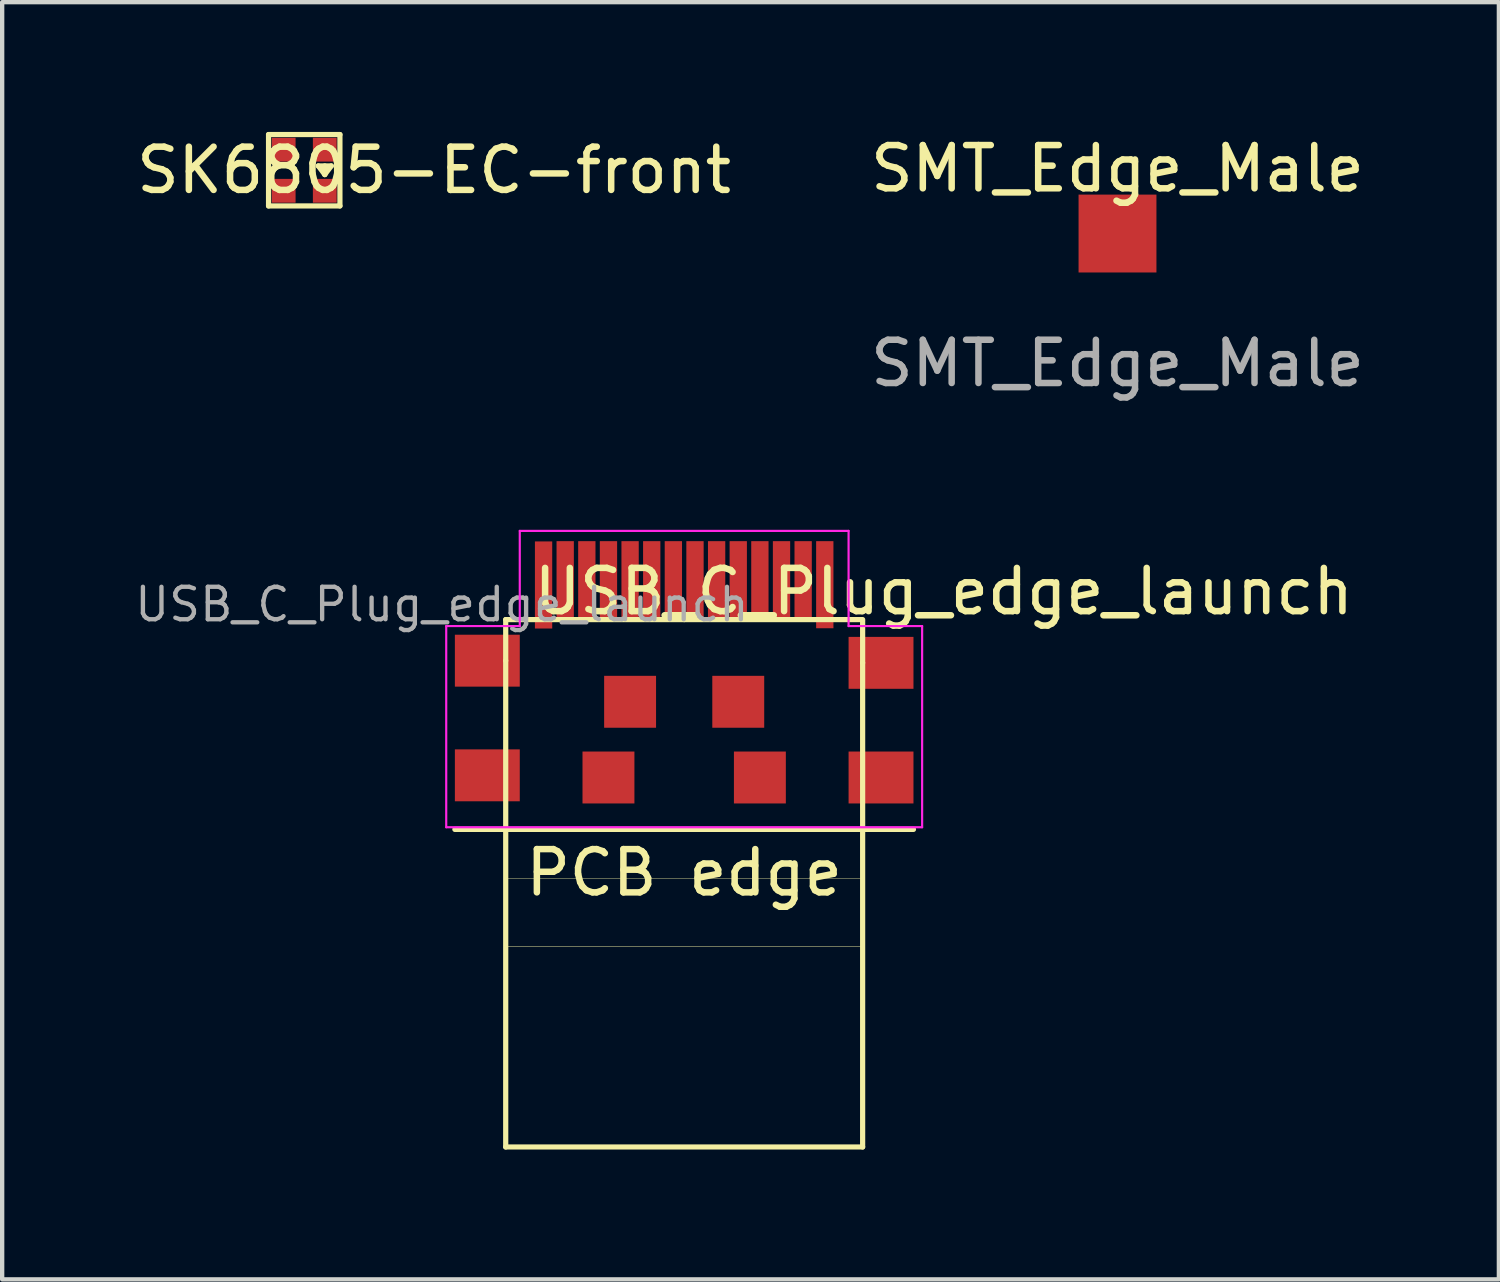
<source format=kicad_pcb>
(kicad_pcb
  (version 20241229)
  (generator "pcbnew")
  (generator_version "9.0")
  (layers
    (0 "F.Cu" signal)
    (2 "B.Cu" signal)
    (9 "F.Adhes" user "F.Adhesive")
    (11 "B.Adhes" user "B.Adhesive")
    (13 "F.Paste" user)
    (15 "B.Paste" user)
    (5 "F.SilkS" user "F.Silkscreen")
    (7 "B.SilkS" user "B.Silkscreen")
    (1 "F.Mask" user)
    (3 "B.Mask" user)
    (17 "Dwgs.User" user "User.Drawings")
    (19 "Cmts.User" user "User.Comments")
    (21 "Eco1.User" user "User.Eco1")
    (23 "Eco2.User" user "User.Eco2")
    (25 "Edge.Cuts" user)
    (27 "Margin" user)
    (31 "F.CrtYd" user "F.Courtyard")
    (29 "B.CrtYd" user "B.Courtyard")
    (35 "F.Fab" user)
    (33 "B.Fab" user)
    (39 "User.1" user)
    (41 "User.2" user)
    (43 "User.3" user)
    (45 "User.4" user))
  (footprint "SMT_Edge_Male"
    (layer "F.Cu")
    (at 22.78 2.348)
    (property "Reference" "SMT_Edge_Male" (at 0 -1.5 0) (unlocked yes) (layer "F.SilkS") (effects (font (size 1 1) (thickness 0.15))))
    (attr smd)
    (fp_text user "${REFERENCE}" (at 0 3 0) (unlocked yes) (layer "F.Fab") (effects (font (size 1 1) (thickness 0.15))))
    (pad "1" smd rect (at 0 0) (size 1.8 1.8) (layers "F.Cu" "F.Mask" "F.Paste")))
  (footprint "SK6805-EC-front"
    (layer "F.Cu")
    (at 3.982 0.885)
    (property "Reference" "SK6805-EC-front" (at 3 0 0) (unlocked yes) (layer "F.SilkS") (effects (font (size 1 1) (thickness 0.15))))
    (attr smd)
    (fp_line (start -0.825 -0.825) (end 0.825 -0.825) (stroke (width 0.12) (type solid)) (layer "F.SilkS"))
    (fp_line (start -0.825 0.825) (end -0.825 -0.825) (stroke (width 0.12) (type solid)) (layer "F.SilkS"))
    (fp_line (start 0.475 -0.1) (end 0.475 0.1) (stroke (width 0.12) (type solid)) (layer "F.SilkS"))
    (fp_line (start 0.475 0.1) (end 0.325 -0.1) (stroke (width 0.12) (type solid)) (layer "F.SilkS"))
    (fp_line (start 0.475 0.1) (end 0.625 -0.1) (stroke (width 0.12) (type solid)) (layer "F.SilkS"))
    (fp_line (start 0.625 -0.1) (end 0.325 -0.1) (stroke (width 0.12) (type solid)) (layer "F.SilkS"))
    (fp_line (start 0.825 -0.825) (end 0.825 0.825) (stroke (width 0.12) (type solid)) (layer "F.SilkS"))
    (fp_line (start 0.825 0.825) (end -0.825 0.825) (stroke (width 0.12) (type solid)) (layer "F.SilkS"))
    (pad "1" smd rect (at -0.475 0.475) (size 0.55 0.55) (layers "F.Cu" "F.Mask" "F.Paste"))
    (pad "2" smd rect (at 0.475 0.475) (size 0.55 0.55) (layers "F.Cu" "F.Mask" "F.Paste"))
    (pad "3" smd rect (at 0.475 -0.475) (size 0.55 0.55) (layers "F.Cu" "F.Mask" "F.Paste"))
    (pad "4" smd rect (at -0.475 -0.475) (size 0.55 0.55) (layers "F.Cu" "F.Mask" "F.Paste")))
  (footprint "USB_C_Plug_edge_launch"
    (layer "F.Cu")
    (at 12.764 12.621)
    (property "Reference" "USB_C_Plug_edge_launch" (at 6 -2 180) (layer "F.SilkS") (effects (font (size 1 1) (thickness 0.15))))
    (attr smd)
    (fp_line (start -4.125 -1.35) (end -4.125 -0.4) (stroke (width 0.12) (type solid)) (layer "F.SilkS"))
    (fp_line (start -4.125 -0.4) (end -4.125 10.84) (stroke (width 0.12) (type solid)) (layer "F.SilkS"))
    (fp_line (start -4.12 4.64) (end 4.12 4.64) (stroke (width 0.01) (type solid)) (layer "F.SilkS"))
    (fp_line (start -4.12 6.2) (end 4.12 6.2) (stroke (width 0.01) (type solid)) (layer "F.SilkS"))
    (fp_line (start -4.1 -1.35) (end -4.125 -1.35) (stroke (width 0.12) (type solid)) (layer "F.SilkS"))
    (fp_line (start 0 -1.35) (end -4.1 -1.35) (stroke (width 0.12) (type solid)) (layer "F.SilkS"))
    (fp_line (start 0 -1.35) (end 4.125 -1.35) (stroke (width 0.12) (type solid)) (layer "F.SilkS"))
    (fp_line (start 4.125 -1.325) (end 4.125 -0.35) (stroke (width 0.12) (type solid)) (layer "F.SilkS"))
    (fp_line (start 4.125 -0.35) (end 4.125 10.84) (stroke (width 0.12) (type solid)) (layer "F.SilkS"))
    (fp_line (start 4.125 10.84) (end -4.125 10.84) (stroke (width 0.12) (type solid)) (layer "F.SilkS"))
    (fp_line (start 5.3 3.5) (end -5.3 3.5) (stroke (width 0.12) (type solid)) (layer "F.SilkS"))
    (fp_line (start -5.5 -1.2) (end -3.8 -1.2) (stroke (width 0.05) (type solid)) (layer "F.CrtYd"))
    (fp_line (start -5.5 3.45) (end -5.5 -1.2) (stroke (width 0.05) (type solid)) (layer "F.CrtYd"))
    (fp_line (start -5.5 3.45) (end 5.5 3.45) (stroke (width 0.05) (type solid)) (layer "F.CrtYd"))
    (fp_line (start -3.8 -3.4) (end 3.8 -3.4) (stroke (width 0.05) (type solid)) (layer "F.CrtYd"))
    (fp_line (start -3.8 -1.2) (end -3.8 -3.4) (stroke (width 0.05) (type solid)) (layer "F.CrtYd"))
    (fp_line (start 3.8 -3.4) (end 3.8 -1.2) (stroke (width 0.05) (type solid)) (layer "F.CrtYd"))
    (fp_line (start 3.8 -1.2) (end 5.5 -1.2) (stroke (width 0.05) (type solid)) (layer "F.CrtYd"))
    (fp_line (start 5.5 -1.2) (end 5.5 3.45) (stroke (width 0.05) (type solid)) (layer "F.CrtYd"))
    (fp_text user "PCB edge" (at 0 4.5 0) (unlocked yes) (layer "F.SilkS") (effects (font (size 1 1) (thickness 0.15))))
    (fp_text user "${REFERENCE}" (at -5.6 -1.7 180) (layer "F.Fab") (effects (font (size 0.75 0.75) (thickness 0.1))))
    (pad "A1" smd rect (at 2.75 -2.25) (size 0.4 1.825) (layers "F.Cu" "F.Mask" "F.Paste"))
    (pad "A4" smd rect (at 1.25 -2.25) (size 0.4 1.825) (layers "F.Cu" "F.Mask" "F.Paste"))
    (pad "A5" smd rect (at 0.75 -2.25) (size 0.4 1.825) (layers "F.Cu" "F.Mask" "F.Paste"))
    (pad "A6" smd rect (at 0.25 -2.25) (size 0.4 1.825) (layers "F.Cu" "F.Mask" "F.Paste"))
    (pad "A7" smd rect (at -0.25 -2.25) (size 0.4 1.825) (layers "F.Cu" "F.Mask" "F.Paste"))
    (pad "A10" smd rect (at -1.75 -2.25) (size 0.4 1.825) (layers "F.Cu" "F.Mask" "F.Paste"))
    (pad "A11" smd rect (at -2.25 -2.25) (size 0.4 1.825) (layers "F.Cu" "F.Mask" "F.Paste"))
    (pad "B2" smd rect (at -2.75 -2.25) (size 0.4 1.825) (layers "F.Cu" "F.Mask" "F.Paste"))
    (pad "B3" smd rect (at -1.25 -2.25) (size 0.4 1.825) (layers "F.Cu" "F.Mask" "F.Paste"))
    (pad "B5" smd rect (at -0.75 -2.25) (size 0.4 1.825) (layers "F.Cu" "F.Mask" "F.Paste"))
    (pad "B9" smd rect (at 1.75 -2.25) (size 0.4 1.825) (layers "F.Cu" "F.Mask" "F.Paste"))
    (pad "B12" smd rect (at 2.25 -2.25) (size 0.4 1.825) (layers "F.Cu" "F.Mask" "F.Paste"))
    (pad "S1" smd rect (at -4.55 -0.4) (size 1.5 1.2) (layers "F.Cu" "F.Mask" "F.Paste"))
    (pad "S1" smd rect (at -4.55 2.25) (size 1.5 1.2) (layers "F.Cu" "F.Mask" "F.Paste"))
    (pad "S1" smd rect (at -3.25 -2.15) (size 0.4 2.013) (layers "F.Cu" "F.Mask" "F.Paste"))
    (pad "S1" smd rect (at -1.75 2.3) (size 1.2 1.2) (layers "F.Cu" "F.Mask" "F.Paste"))
    (pad "S1" smd rect (at -1.25 0.55) (size 1.2 1.2) (layers "F.Cu" "F.Mask" "F.Paste"))
    (pad "S1" smd rect (at 1.25 0.55) (size 1.2 1.2) (layers "F.Cu" "F.Mask" "F.Paste"))
    (pad "S1" smd rect (at 1.75 2.3) (size 1.2 1.2) (layers "F.Cu" "F.Mask" "F.Paste"))
    (pad "S1" smd rect (at 3.25 -2.156) (size 0.4 2.013) (layers "F.Cu" "F.Mask" "F.Paste"))
    (pad "S1" smd rect (at 4.55 -0.35) (size 1.5 1.2) (layers "F.Cu" "F.Mask" "F.Paste"))
    (pad "S1" smd rect (at 4.55 2.3) (size 1.5 1.2) (layers "F.Cu" "F.Mask" "F.Paste")))
  (gr_rect
    (start -3 -3)
    (end 31.595 26.521)
    (stroke (width 0.1) (type default))
    (fill no)
    (layer "Edge.Cuts")))
</source>
